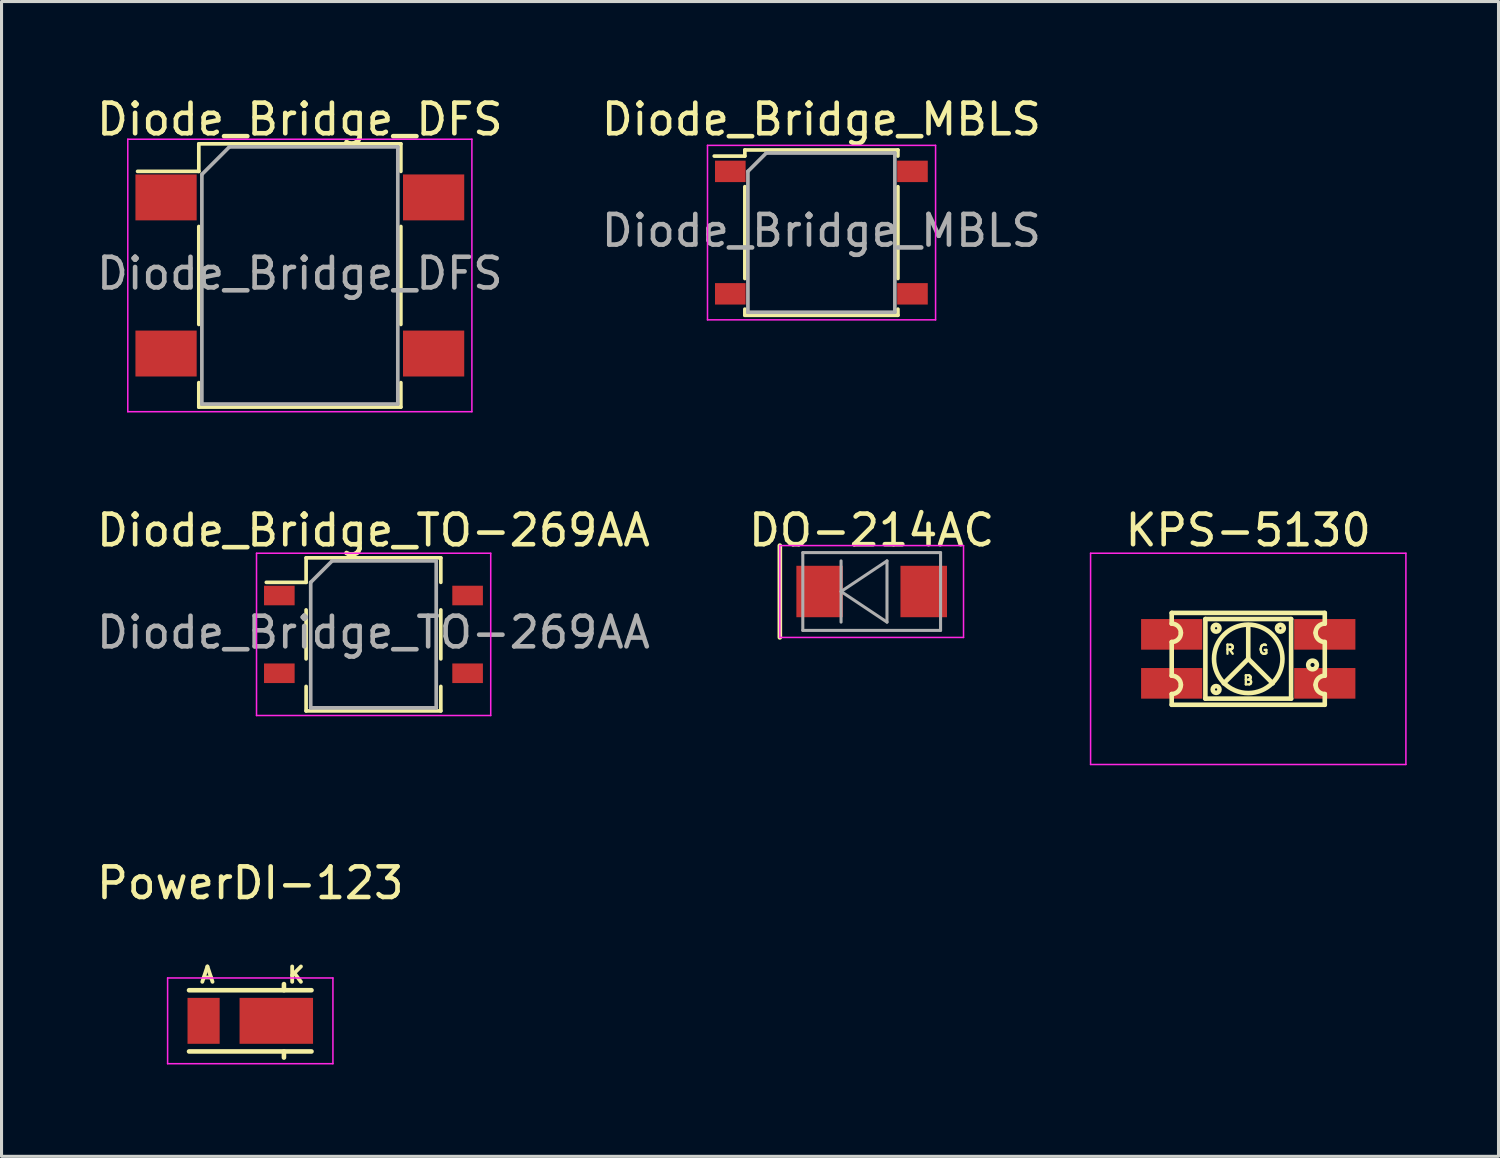
<source format=kicad_pcb>
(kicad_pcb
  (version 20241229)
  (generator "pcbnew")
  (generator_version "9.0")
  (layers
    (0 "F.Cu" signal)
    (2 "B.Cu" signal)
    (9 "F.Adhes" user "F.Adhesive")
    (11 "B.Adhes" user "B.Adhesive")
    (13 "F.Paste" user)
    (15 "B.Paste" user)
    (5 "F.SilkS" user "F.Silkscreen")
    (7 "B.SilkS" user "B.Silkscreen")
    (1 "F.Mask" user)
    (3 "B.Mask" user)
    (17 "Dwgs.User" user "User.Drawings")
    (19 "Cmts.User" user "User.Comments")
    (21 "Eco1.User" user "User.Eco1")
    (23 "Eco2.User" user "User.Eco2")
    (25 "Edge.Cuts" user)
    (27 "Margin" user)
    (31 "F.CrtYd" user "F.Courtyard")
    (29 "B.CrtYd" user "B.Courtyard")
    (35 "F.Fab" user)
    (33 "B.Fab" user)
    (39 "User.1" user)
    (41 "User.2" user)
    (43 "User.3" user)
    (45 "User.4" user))
  (footprint "Diode_Bridge_DFS"
    (layer "F.Cu")
    (at 6.744 5.948)
    (property "Reference" "Diode_Bridge_DFS" (at 0 -5.1 0) (layer "F.SilkS") (effects (font (size 1 1) (thickness 0.15))))
    (attr smd)
    (fp_line (start -5.3 -3.4) (end -3.3 -3.4) (stroke (width 0.12) (type solid)) (layer "F.SilkS"))
    (fp_line (start -3.3 -4.3) (end 3.3 -4.3) (stroke (width 0.12) (type solid)) (layer "F.SilkS"))
    (fp_line (start -3.3 -3.4) (end -3.3 -4.3) (stroke (width 0.12) (type solid)) (layer "F.SilkS"))
    (fp_line (start -3.3 -1.6) (end -3.3 1.6) (stroke (width 0.12) (type solid)) (layer "F.SilkS"))
    (fp_line (start -3.3 3.5) (end -3.3 4.3) (stroke (width 0.12) (type solid)) (layer "F.SilkS"))
    (fp_line (start -3.3 4.3) (end 3.3 4.3) (stroke (width 0.12) (type solid)) (layer "F.SilkS"))
    (fp_line (start 3.3 -4.3) (end 3.3 -3.4) (stroke (width 0.12) (type solid)) (layer "F.SilkS"))
    (fp_line (start 3.3 -1.6) (end 3.3 1.6) (stroke (width 0.12) (type solid)) (layer "F.SilkS"))
    (fp_line (start 3.3 4.3) (end 3.3 3.5) (stroke (width 0.12) (type solid)) (layer "F.SilkS"))
    (fp_line (start -5.62 -4.45) (end -5.62 4.45) (stroke (width 0.05) (type solid)) (layer "F.CrtYd"))
    (fp_line (start -5.62 -4.45) (end 5.62 -4.45) (stroke (width 0.05) (type solid)) (layer "F.CrtYd"))
    (fp_line (start 5.62 4.45) (end -5.62 4.45) (stroke (width 0.05) (type solid)) (layer "F.CrtYd"))
    (fp_line (start 5.62 4.45) (end 5.62 -4.45) (stroke (width 0.05) (type solid)) (layer "F.CrtYd"))
    (fp_line (start -3.2 -3.3) (end -2.3 -4.2) (stroke (width 0.12) (type solid)) (layer "F.Fab"))
    (fp_line (start -3.2 4.2) (end -3.2 -3.3) (stroke (width 0.12) (type solid)) (layer "F.Fab"))
    (fp_line (start -2.3 -4.2) (end 3.2 -4.2) (stroke (width 0.12) (type solid)) (layer "F.Fab"))
    (fp_line (start 3.2 -4.2) (end 3.2 4.2) (stroke (width 0.12) (type solid)) (layer "F.Fab"))
    (fp_line (start 3.2 4.2) (end -3.2 4.2) (stroke (width 0.12) (type solid)) (layer "F.Fab"))
    (fp_text user "${REFERENCE}" (at 0 -0.065 0) (layer "F.Fab") (effects (font (size 1 1) (thickness 0.15))))
    (pad "1" smd rect (at -4.37 -2.55) (size 2 1.5) (layers "F.Cu" "F.Mask" "F.Paste"))
    (pad "2" smd rect (at -4.37 2.55) (size 2 1.5) (layers "F.Cu" "F.Mask" "F.Paste"))
    (pad "3" smd rect (at 4.37 2.55) (size 2 1.5) (layers "F.Cu" "F.Mask" "F.Paste"))
    (pad "4" smd rect (at 4.37 -2.55) (size 2 1.5) (layers "F.Cu" "F.Mask" "F.Paste")))
  (footprint "KPS-5130"
    (layer "F.Cu")
    (at 37.723 18.471)
    (property "Reference" "KPS-5130" (at 0 -4.2 0) (layer "F.SilkS") (effects (font (size 1 1) (thickness 0.15))))
    (attr smd)
    (fp_line (start -2.5 -1.5) (end -2.5 -1.15) (stroke (width 0.15) (type solid)) (layer "F.SilkS"))
    (fp_line (start -2.5 -1.5) (end 2.5 -1.5) (stroke (width 0.15) (type solid)) (layer "F.SilkS"))
    (fp_line (start -2.5 -0.55) (end -2.5 0.55) (stroke (width 0.15) (type solid)) (layer "F.SilkS"))
    (fp_line (start -2.5 1.15) (end -2.5 1.5) (stroke (width 0.15) (type solid)) (layer "F.SilkS"))
    (fp_line (start -1.4 -1.3) (end 1.4 -1.3) (stroke (width 0.15) (type solid)) (layer "F.SilkS"))
    (fp_line (start -1.4 1.3) (end -1.4 -1.3) (stroke (width 0.15) (type solid)) (layer "F.SilkS"))
    (fp_line (start 0 0) (end -0.8 0.8) (stroke (width 0.15) (type solid)) (layer "F.SilkS"))
    (fp_line (start 0 0) (end 0 -1.1) (stroke (width 0.15) (type solid)) (layer "F.SilkS"))
    (fp_line (start 0 0) (end 0.8 0.8) (stroke (width 0.15) (type solid)) (layer "F.SilkS"))
    (fp_line (start 1.4 -1.3) (end 1.4 1.3) (stroke (width 0.15) (type solid)) (layer "F.SilkS"))
    (fp_line (start 1.4 1.3) (end -1.4 1.3) (stroke (width 0.15) (type solid)) (layer "F.SilkS"))
    (fp_line (start 2.5 -1.5) (end 2.5 -1.15) (stroke (width 0.15) (type solid)) (layer "F.SilkS"))
    (fp_line (start 2.5 -0.55) (end 2.5 0.55) (stroke (width 0.15) (type solid)) (layer "F.SilkS"))
    (fp_line (start 2.5 1.15) (end 2.5 1.5) (stroke (width 0.15) (type solid)) (layer "F.SilkS"))
    (fp_line (start 2.5 1.5) (end -2.5 1.5) (stroke (width 0.15) (type solid)) (layer "F.SilkS"))
    (fp_arc (start -2.5 -1.15) (mid -2.287868 -1.062132) (end -2.2 -0.85) (stroke (width 0.15) (type solid)) (layer "F.SilkS"))
    (fp_arc (start -2.5 0.55) (mid -2.287868 0.637868) (end -2.2 0.85) (stroke (width 0.15) (type solid)) (layer "F.SilkS"))
    (fp_arc (start -2.2 -0.85) (mid -2.287868 -0.637868) (end -2.5 -0.55) (stroke (width 0.15) (type solid)) (layer "F.SilkS"))
    (fp_arc (start -2.2 0.85) (mid -2.287868 1.062132) (end -2.5 1.15) (stroke (width 0.15) (type solid)) (layer "F.SilkS"))
    (fp_arc (start 2.2 -0.85) (mid 2.287868 -1.062132) (end 2.5 -1.15) (stroke (width 0.15) (type solid)) (layer "F.SilkS"))
    (fp_arc (start 2.2 0.85) (mid 2.287868 0.637868) (end 2.5 0.55) (stroke (width 0.15) (type solid)) (layer "F.SilkS"))
    (fp_arc (start 2.5 -0.55) (mid 2.287868 -0.637868) (end 2.2 -0.85) (stroke (width 0.15) (type solid)) (layer "F.SilkS"))
    (fp_arc (start 2.5 1.15) (mid 2.287868 1.062132) (end 2.2 0.85) (stroke (width 0.15) (type solid)) (layer "F.SilkS"))
    (fp_circle (center -1.05 -1) (end -1 -0.9) (stroke (width 0.15) (type solid)) (fill no) (layer "F.SilkS"))
    (fp_circle (center -1.05 1) (end -1 1.1) (stroke (width 0.15) (type solid)) (fill no) (layer "F.SilkS"))
    (fp_circle (center 0 0) (end 1 0.5) (stroke (width 0.15) (type solid)) (fill no) (layer "F.SilkS"))
    (fp_circle (center 1.05 -1) (end 1.1 -0.9) (stroke (width 0.15) (type solid)) (fill no) (layer "F.SilkS"))
    (fp_circle (center 2.1 0.2) (end 2.2 0.3) (stroke (width 0.15) (type solid)) (fill no) (layer "F.SilkS"))
    (fp_line (start -5.15 -3.45) (end 5.15 -3.45) (stroke (width 0.05) (type solid)) (layer "F.CrtYd"))
    (fp_line (start -5.15 3.45) (end -5.15 -3.45) (stroke (width 0.05) (type solid)) (layer "F.CrtYd"))
    (fp_line (start 5.15 -3.45) (end 5.15 3.45) (stroke (width 0.05) (type solid)) (layer "F.CrtYd"))
    (fp_line (start 5.15 3.45) (end -5.15 3.45) (stroke (width 0.05) (type solid)) (layer "F.CrtYd"))
    (fp_text user "R" (at -0.6 -0.3 0) (layer "F.SilkS") (effects (font (size 0.3 0.3) (thickness 0.075))))
    (fp_text user "G" (at 0.5 -0.3 0) (layer "F.SilkS") (effects (font (size 0.3 0.3) (thickness 0.075))))
    (fp_text user "B" (at 0 0.7 0) (layer "F.SilkS") (effects (font (size 0.3 0.3) (thickness 0.075))))
    (pad "1" smd rect (at -2.5 -0.8) (size 2 1) (layers "F.Cu" "F.Mask" "F.Paste"))
    (pad "2" smd rect (at 2.5 -0.8) (size 2 1) (layers "F.Cu" "F.Mask" "F.Paste"))
    (pad "3" smd rect (at -2.5 0.8) (size 2 1) (layers "F.Cu" "F.Mask" "F.Paste"))
    (pad "4" smd rect (at 2.5 0.8) (size 2 1) (layers "F.Cu" "F.Mask" "F.Paste")))
  (footprint "Diode_Bridge_TO-269AA"
    (layer "F.Cu")
    (at 9.149 17.672)
    (property "Reference" "Diode_Bridge_TO-269AA" (at 0 -3.4 0) (layer "F.SilkS") (effects (font (size 1 1) (thickness 0.15))))
    (attr smd)
    (fp_line (start -3.5 -1.7) (end -2.2 -1.7) (stroke (width 0.12) (type solid)) (layer "F.SilkS"))
    (fp_line (start -2.2 -2.5) (end -2.2 -1.7) (stroke (width 0.12) (type solid)) (layer "F.SilkS"))
    (fp_line (start -2.2 -0.8) (end -2.2 0.8) (stroke (width 0.12) (type solid)) (layer "F.SilkS"))
    (fp_line (start -2.2 2.5) (end -2.2 1.7) (stroke (width 0.12) (type solid)) (layer "F.SilkS"))
    (fp_line (start 2.2 -2.5) (end -2.2 -2.5) (stroke (width 0.12) (type solid)) (layer "F.SilkS"))
    (fp_line (start 2.2 -1.7) (end 2.2 -2.5) (stroke (width 0.12) (type solid)) (layer "F.SilkS"))
    (fp_line (start 2.2 -0.8) (end 2.2 0.8) (stroke (width 0.12) (type solid)) (layer "F.SilkS"))
    (fp_line (start 2.2 1.7) (end 2.2 2.5) (stroke (width 0.12) (type solid)) (layer "F.SilkS"))
    (fp_line (start 2.2 2.5) (end -2.2 2.5) (stroke (width 0.12) (type solid)) (layer "F.SilkS"))
    (fp_line (start -3.82 -2.65) (end -3.82 2.65) (stroke (width 0.05) (type solid)) (layer "F.CrtYd"))
    (fp_line (start -3.82 -2.65) (end 3.83 -2.65) (stroke (width 0.05) (type solid)) (layer "F.CrtYd"))
    (fp_line (start 3.83 2.65) (end -3.82 2.65) (stroke (width 0.05) (type solid)) (layer "F.CrtYd"))
    (fp_line (start 3.83 2.65) (end 3.83 -2.65) (stroke (width 0.05) (type solid)) (layer "F.CrtYd"))
    (fp_line (start -2.05 -1.7) (end -1.35 -2.4) (stroke (width 0.12) (type solid)) (layer "F.Fab"))
    (fp_line (start -2.05 2.4) (end -2.05 -1.7) (stroke (width 0.12) (type solid)) (layer "F.Fab"))
    (fp_line (start -1.35 -2.4) (end 2.05 -2.4) (stroke (width 0.12) (type solid)) (layer "F.Fab"))
    (fp_line (start 2.05 -2.4) (end 2.05 2.4) (stroke (width 0.12) (type solid)) (layer "F.Fab"))
    (fp_line (start 2.05 2.4) (end -2.05 2.4) (stroke (width 0.12) (type solid)) (layer "F.Fab"))
    (fp_text user "${REFERENCE}" (at 0 -0.065 0) (layer "F.Fab") (effects (font (size 1 1) (thickness 0.15))))
    (pad "1" smd rect (at -3.075 -1.27) (size 1 0.64) (layers "F.Cu" "F.Mask" "F.Paste"))
    (pad "2" smd rect (at -3.075 1.27) (size 1 0.64) (layers "F.Cu" "F.Mask" "F.Paste"))
    (pad "3" smd rect (at 3.075 1.27) (size 1 0.64) (layers "F.Cu" "F.Mask" "F.Paste"))
    (pad "4" smd rect (at 3.075 -1.27) (size 1 0.64) (layers "F.Cu" "F.Mask" "F.Paste")))
  (footprint "Diode_Bridge_MBLS"
    (layer "F.Cu")
    (at 23.78 4.548)
    (property "Reference" "Diode_Bridge_MBLS" (at 0 -3.7 0) (layer "F.SilkS") (effects (font (size 1 1) (thickness 0.15))))
    (attr smd)
    (fp_line (start -2.5 -2.7) (end -2.5 -2.5) (stroke (width 0.12) (type solid)) (layer "F.SilkS"))
    (fp_line (start -2.5 -2.5) (end -3.5 -2.5) (stroke (width 0.12) (type solid)) (layer "F.SilkS"))
    (fp_line (start -2.5 1.5) (end -2.5 -1.5) (stroke (width 0.12) (type solid)) (layer "F.SilkS"))
    (fp_line (start -2.5 2.7) (end -2.5 2.5) (stroke (width 0.12) (type solid)) (layer "F.SilkS"))
    (fp_line (start 2.5 -2.7) (end -2.5 -2.7) (stroke (width 0.12) (type solid)) (layer "F.SilkS"))
    (fp_line (start 2.5 -2.7) (end 2.5 -2.5) (stroke (width 0.12) (type solid)) (layer "F.SilkS"))
    (fp_line (start 2.5 -1.5) (end 2.5 1.5) (stroke (width 0.12) (type solid)) (layer "F.SilkS"))
    (fp_line (start 2.5 2.5) (end 2.5 2.7) (stroke (width 0.12) (type solid)) (layer "F.SilkS"))
    (fp_line (start 2.5 2.7) (end -2.5 2.7) (stroke (width 0.12) (type solid)) (layer "F.SilkS"))
    (fp_line (start -3.72 -2.85) (end -3.72 2.85) (stroke (width 0.05) (type solid)) (layer "F.CrtYd"))
    (fp_line (start -3.72 -2.85) (end 3.73 -2.85) (stroke (width 0.05) (type solid)) (layer "F.CrtYd"))
    (fp_line (start 3.73 2.85) (end -3.72 2.85) (stroke (width 0.05) (type solid)) (layer "F.CrtYd"))
    (fp_line (start 3.73 2.85) (end 3.73 -2.85) (stroke (width 0.05) (type solid)) (layer "F.CrtYd"))
    (fp_line (start -2.4 -2) (end -2.4 2.6) (stroke (width 0.12) (type solid)) (layer "F.Fab"))
    (fp_line (start -2.4 2.6) (end 2.4 2.6) (stroke (width 0.12) (type solid)) (layer "F.Fab"))
    (fp_line (start -1.8 -2.6) (end -2.4 -2) (stroke (width 0.12) (type solid)) (layer "F.Fab"))
    (fp_line (start 2.4 -2.6) (end -1.8 -2.6) (stroke (width 0.12) (type solid)) (layer "F.Fab"))
    (fp_line (start 2.4 2.6) (end 2.4 -2.6) (stroke (width 0.12) (type solid)) (layer "F.Fab"))
    (fp_text user "${REFERENCE}" (at 0 -0.065 0) (layer "F.Fab") (effects (font (size 1 1) (thickness 0.15))))
    (pad "1" smd rect (at -2.975 -2) (size 1 0.7) (layers "F.Cu" "F.Mask" "F.Paste"))
    (pad "2" smd rect (at -2.975 2) (size 1 0.7) (layers "F.Cu" "F.Mask" "F.Paste"))
    (pad "3" smd rect (at 2.975 2) (size 1 0.7) (layers "F.Cu" "F.Mask" "F.Paste"))
    (pad "4" smd rect (at 2.975 -2) (size 1 0.7) (layers "F.Cu" "F.Mask" "F.Paste")))
  (footprint "PowerDI-123"
    (layer "F.Cu")
    (at 5.125 30.295)
    (property "Reference" "PowerDI-123" (at 0 -4.5 0) (layer "F.SilkS") (effects (font (size 1 1) (thickness 0.15))))
    (attr smd)
    (fp_line (start -2 1) (end 2 1) (stroke (width 0.15) (type solid)) (layer "F.SilkS"))
    (fp_line (start 1.1 -1) (end 1.1 -1.2) (stroke (width 0.15) (type solid)) (layer "F.SilkS"))
    (fp_line (start 1.1 1) (end 1.1 1.2) (stroke (width 0.15) (type solid)) (layer "F.SilkS"))
    (fp_line (start 2 -1) (end -2 -1) (stroke (width 0.15) (type solid)) (layer "F.SilkS"))
    (fp_line (start -2.7 -1.4) (end 2.7 -1.4) (stroke (width 0.05) (type solid)) (layer "F.CrtYd"))
    (fp_line (start -2.7 1.4) (end -2.7 -1.4) (stroke (width 0.05) (type solid)) (layer "F.CrtYd"))
    (fp_line (start 2.7 -1.4) (end 2.7 1.4) (stroke (width 0.05) (type solid)) (layer "F.CrtYd"))
    (fp_line (start 2.7 1.4) (end -2.7 1.4) (stroke (width 0.05) (type solid)) (layer "F.CrtYd"))
    (fp_text user "A" (at -1.4 -1.5 0) (layer "F.SilkS") (effects (font (size 0.5 0.5) (thickness 0.125))))
    (fp_text user "K" (at 1.5 -1.5 0) (layer "F.SilkS") (effects (font (size 0.5 0.5) (thickness 0.125))))
    (pad "1" smd rect (at 0.85 0) (size 2.4 1.5) (layers "F.Cu" "F.Mask" "F.Paste"))
    (pad "2" smd rect (at -1.525 0) (size 1.05 1.5) (layers "F.Cu" "F.Mask" "F.Paste")))
  (footprint "DO-214AC"
    (layer "F.Cu")
    (at 25.423 16.271)
    (property "Reference" "DO-214AC" (at 0 -2 0) (layer "F.SilkS") (effects (font (size 1 1) (thickness 0.15))))
    (attr smd)
    (fp_line (start -3 -1.5) (end -3 1.5) (stroke (width 0.15) (type solid)) (layer "F.SilkS"))
    (fp_line (start -3 -1.5) (end 3 -1.5) (stroke (width 0.05) (type solid)) (layer "F.CrtYd"))
    (fp_line (start -3 1.5) (end -3 -1.5) (stroke (width 0.05) (type solid)) (layer "F.CrtYd"))
    (fp_line (start 3 -1.5) (end 3 1.5) (stroke (width 0.05) (type solid)) (layer "F.CrtYd"))
    (fp_line (start 3 1.5) (end -3 1.5) (stroke (width 0.05) (type solid)) (layer "F.CrtYd"))
    (fp_line (start -2.25 -1.27) (end 2.25 -1.27) (stroke (width 0.1) (type solid)) (layer "F.Fab"))
    (fp_line (start -2.25 1.27) (end -2.25 -1.27) (stroke (width 0.1) (type solid)) (layer "F.Fab"))
    (fp_line (start -1 -1) (end -1 1) (stroke (width 0.1) (type solid)) (layer "F.Fab"))
    (fp_line (start 0.5 -1) (end -1 0) (stroke (width 0.1) (type solid)) (layer "F.Fab"))
    (fp_line (start 0.5 -1) (end 0.5 1) (stroke (width 0.1) (type solid)) (layer "F.Fab"))
    (fp_line (start 0.5 1) (end -1 0) (stroke (width 0.1) (type solid)) (layer "F.Fab"))
    (fp_line (start 2.25 -1.27) (end 2.25 1.27) (stroke (width 0.1) (type solid)) (layer "F.Fab"))
    (fp_line (start 2.25 1.27) (end -2.25 1.27) (stroke (width 0.1) (type solid)) (layer "F.Fab"))
    (pad "1" smd rect (at -1.7 0) (size 1.52 1.68) (layers "F.Cu" "F.Mask" "F.Paste"))
    (pad "2" smd rect (at 1.7 0) (size 1.52 1.68) (layers "F.Cu" "F.Mask" "F.Paste")))
  (gr_rect
    (start -3 -3)
    (end 45.898 34.72)
    (stroke (width 0.1) (type default))
    (fill no)
    (layer "Edge.Cuts")))
</source>
